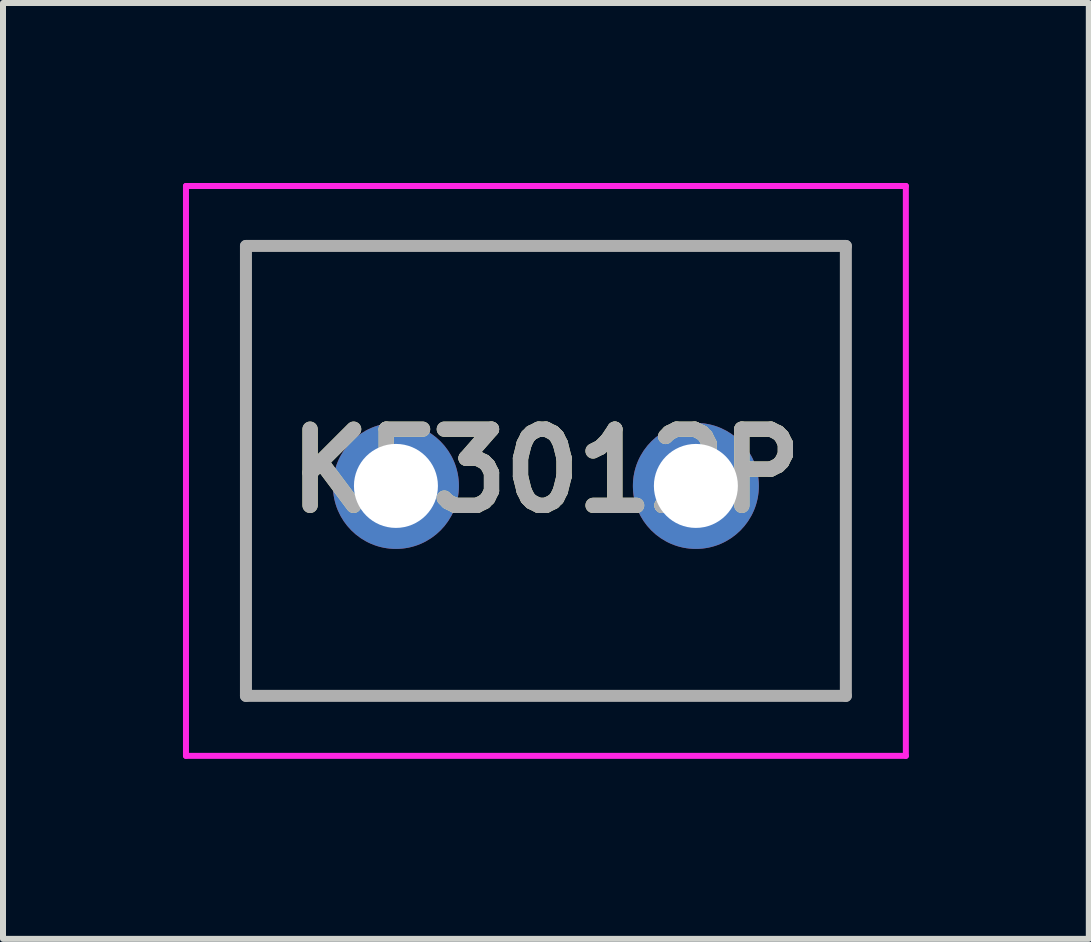
<source format=kicad_pcb>
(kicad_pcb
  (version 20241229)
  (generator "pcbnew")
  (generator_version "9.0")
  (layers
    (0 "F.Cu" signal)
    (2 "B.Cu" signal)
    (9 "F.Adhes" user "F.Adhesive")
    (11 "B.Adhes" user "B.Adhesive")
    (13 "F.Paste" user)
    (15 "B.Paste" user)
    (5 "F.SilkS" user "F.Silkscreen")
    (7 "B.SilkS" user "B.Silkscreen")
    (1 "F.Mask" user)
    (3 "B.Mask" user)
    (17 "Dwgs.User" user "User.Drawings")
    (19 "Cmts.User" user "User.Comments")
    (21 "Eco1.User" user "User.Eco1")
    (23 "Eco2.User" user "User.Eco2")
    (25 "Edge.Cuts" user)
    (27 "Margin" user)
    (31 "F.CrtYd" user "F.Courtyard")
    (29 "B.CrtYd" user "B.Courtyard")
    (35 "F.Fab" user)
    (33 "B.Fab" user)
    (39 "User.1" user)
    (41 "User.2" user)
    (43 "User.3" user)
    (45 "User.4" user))
  (footprint "KF3012P"
    (layer "F.Cu")
    (at 3.55 5.05)
    (property "Reference" "KF3012P" (at 2.5 -0.25 0) (layer "F.SilkS") (effects (font (size 1.27 1.27) (thickness 0.254))))
    (attr through_hole)
    (fp_line (start -2.5 -4) (end 7.5 -4) (stroke (width 0.1) (type solid)) (layer "F.SilkS"))
    (fp_line (start -2.5 3.5) (end -2.5 -4) (stroke (width 0.1) (type solid)) (layer "F.SilkS"))
    (fp_line (start 7.5 -4) (end 7.5 3.5) (stroke (width 0.1) (type solid)) (layer "F.SilkS"))
    (fp_line (start 7.5 3.5) (end -2.5 3.5) (stroke (width 0.1) (type solid)) (layer "F.SilkS"))
    (fp_line (start -3.5 -5) (end 8.5 -5) (stroke (width 0.1) (type solid)) (layer "F.CrtYd"))
    (fp_line (start -3.5 4.5) (end -3.5 -5) (stroke (width 0.1) (type solid)) (layer "F.CrtYd"))
    (fp_line (start 8.5 -5) (end 8.5 4.5) (stroke (width 0.1) (type solid)) (layer "F.CrtYd"))
    (fp_line (start 8.5 4.5) (end -3.5 4.5) (stroke (width 0.1) (type solid)) (layer "F.CrtYd"))
    (fp_line (start -2.5 -4) (end 7.5 -4) (stroke (width 0.2) (type solid)) (layer "F.Fab"))
    (fp_line (start -2.5 3.5) (end -2.5 -4) (stroke (width 0.2) (type solid)) (layer "F.Fab"))
    (fp_line (start 7.5 -4) (end 7.5 3.5) (stroke (width 0.2) (type solid)) (layer "F.Fab"))
    (fp_line (start 7.5 3.5) (end -2.5 3.5) (stroke (width 0.2) (type solid)) (layer "F.Fab"))
    (fp_text user "${REFERENCE}" (at 2.5 -0.25 0) (layer "F.Fab") (effects (font (size 1.27 1.27) (thickness 0.254))))
    (pad "1" thru_hole circle (at 0 0) (size 2.1 2.1) (drill 1.4) (layers "*.Cu" "*.Mask"))
    (pad "2" thru_hole circle (at 5 0) (size 2.1 2.1) (drill 1.4) (layers "*.Cu" "*.Mask")))
  (gr_rect
    (start -3 -3)
    (end 15.1 12.6)
    (stroke (width 0.1) (type default))
    (fill no)
    (layer "Edge.Cuts")))
</source>
